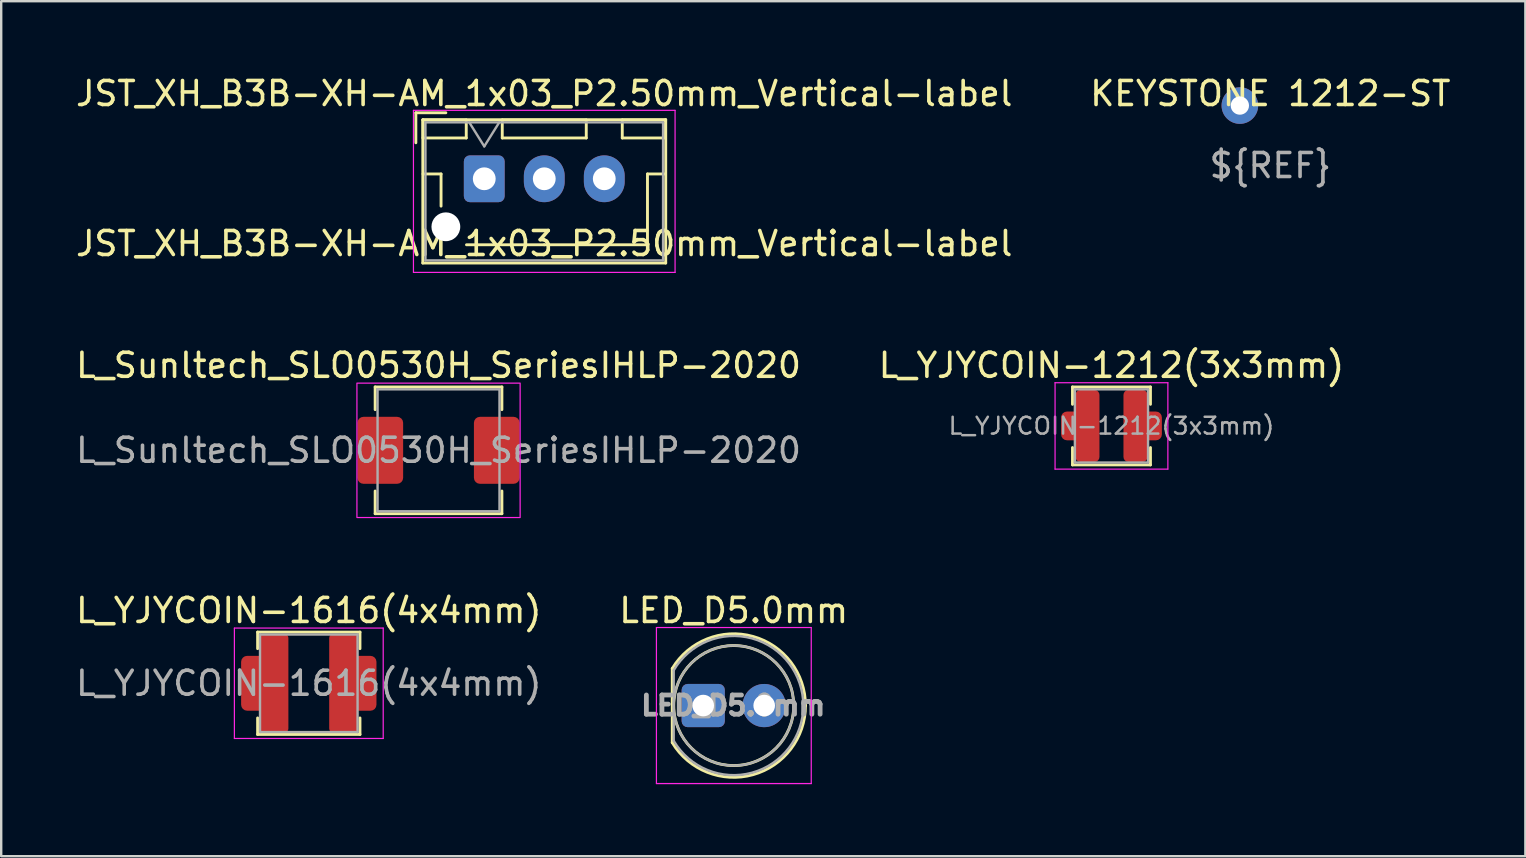
<source format=kicad_pcb>
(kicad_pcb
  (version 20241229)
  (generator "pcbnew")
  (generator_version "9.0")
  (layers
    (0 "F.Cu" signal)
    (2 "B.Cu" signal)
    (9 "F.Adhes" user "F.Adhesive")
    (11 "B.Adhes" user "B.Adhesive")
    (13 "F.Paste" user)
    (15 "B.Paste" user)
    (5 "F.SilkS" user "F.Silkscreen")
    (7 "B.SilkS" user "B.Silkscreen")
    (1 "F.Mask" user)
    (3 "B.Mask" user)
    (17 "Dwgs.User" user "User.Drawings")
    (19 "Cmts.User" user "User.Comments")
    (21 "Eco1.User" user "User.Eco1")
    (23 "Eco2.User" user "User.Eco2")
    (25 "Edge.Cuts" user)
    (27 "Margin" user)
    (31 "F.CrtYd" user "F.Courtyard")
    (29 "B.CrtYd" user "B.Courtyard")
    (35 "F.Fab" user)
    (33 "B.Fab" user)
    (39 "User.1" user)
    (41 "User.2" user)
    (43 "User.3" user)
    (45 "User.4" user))
  (footprint "L_Sunltech_SLO0530H_SeriesIHLP-2020"
    (layer "F.Cu")
    (at 15.22 15.711)
    (property "Reference" "L_Sunltech_SLO0530H_SeriesIHLP-2020" (at 0 -3.54 0) (layer "F.SilkS") (effects (font (size 1 1) (thickness 0.15))))
    (attr smd)
    (fp_line (start -2.64 -2.64) (end 2.64 -2.64) (stroke (width 0.12) (type solid)) (layer "F.SilkS"))
    (fp_line (start -2.64 -1.695) (end -2.64 -2.64) (stroke (width 0.12) (type solid)) (layer "F.SilkS"))
    (fp_line (start -2.64 1.695) (end -2.64 2.64) (stroke (width 0.12) (type solid)) (layer "F.SilkS"))
    (fp_line (start -2.64 2.64) (end 2.64 2.64) (stroke (width 0.12) (type solid)) (layer "F.SilkS"))
    (fp_line (start 2.64 -2.64) (end 2.64 -1.695) (stroke (width 0.12) (type solid)) (layer "F.SilkS"))
    (fp_line (start 2.64 2.64) (end 2.64 1.695) (stroke (width 0.12) (type solid)) (layer "F.SilkS"))
    (fp_rect (start -3.4 -2.8) (end 3.4 2.8) (stroke (width 0.05) (type default)) (fill no) (layer "F.CrtYd"))
    (fp_line (start -2.54 -2.54) (end -2.54 2.54) (stroke (width 0.1) (type solid)) (layer "F.Fab"))
    (fp_line (start -2.54 2.54) (end 2.54 2.54) (stroke (width 0.1) (type solid)) (layer "F.Fab"))
    (fp_line (start 2.54 -2.54) (end -2.54 -2.54) (stroke (width 0.1) (type solid)) (layer "F.Fab"))
    (fp_line (start 2.54 2.54) (end 2.54 -2.54) (stroke (width 0.1) (type solid)) (layer "F.Fab"))
    (fp_text user "${REFERENCE}" (at 0 0 0) (layer "F.Fab") (effects (font (size 1 1) (thickness 0.15))))
    (pad "1" smd roundrect (at -2.426 0) (size 1.903 2.79) (layers "F.Cu" "F.Mask" "F.Paste") (roundrect_rratio 0.131))
    (pad "2" smd roundrect (at 2.426 0) (size 1.903 2.79) (layers "F.Cu" "F.Mask" "F.Paste") (roundrect_rratio 0.131)))
  (footprint "L_YJYCOIN-1212(3x3mm)"
    (layer "F.Cu")
    (at 43.256 14.695)
    (property "Reference" "L_YJYCOIN-1212(3x3mm)" (at 0 -2.524 0) (layer "F.SilkS") (effects (font (size 1 1) (thickness 0.15))))
    (attr smd)
    (fp_line (start -1.624 -1.624) (end 1.624 -1.624) (stroke (width 0.12) (type solid)) (layer "F.SilkS"))
    (fp_line (start -1.624 -0.9) (end -1.624 -1.624) (stroke (width 0.12) (type solid)) (layer "F.SilkS"))
    (fp_line (start -1.624 0.9) (end -1.624 1.624) (stroke (width 0.12) (type solid)) (layer "F.SilkS"))
    (fp_line (start -1.624 1.624) (end 1.624 1.624) (stroke (width 0.12) (type solid)) (layer "F.SilkS"))
    (fp_line (start 1.624 -1.624) (end 1.624 -0.9) (stroke (width 0.12) (type solid)) (layer "F.SilkS"))
    (fp_line (start 1.624 1.624) (end 1.624 0.9) (stroke (width 0.12) (type solid)) (layer "F.SilkS"))
    (fp_line (start -2.35 -1.8) (end -2.35 1.8) (stroke (width 0.05) (type solid)) (layer "F.CrtYd"))
    (fp_line (start -2.35 1.8) (end 2.35 1.8) (stroke (width 0.05) (type solid)) (layer "F.CrtYd"))
    (fp_line (start 2.35 -1.8) (end -2.35 -1.8) (stroke (width 0.05) (type solid)) (layer "F.CrtYd"))
    (fp_line (start 2.35 1.8) (end 2.35 -1.8) (stroke (width 0.05) (type solid)) (layer "F.CrtYd"))
    (fp_line (start -1.524 -1.524) (end -1.524 1.524) (stroke (width 0.1) (type solid)) (layer "F.Fab"))
    (fp_line (start -1.524 1.524) (end 1.524 1.524) (stroke (width 0.1) (type solid)) (layer "F.Fab"))
    (fp_line (start 1.524 -1.524) (end -1.524 -1.524) (stroke (width 0.1) (type solid)) (layer "F.Fab"))
    (fp_line (start 1.524 1.524) (end 1.524 -1.524) (stroke (width 0.1) (type solid)) (layer "F.Fab"))
    (fp_text user "${REFERENCE}" (at 0 0 0) (layer "F.Fab") (effects (font (size 0.7 0.7) (thickness 0.105))))
    (pad "1" smd roundrect (at -1.35 0) (size 1.5 1.2) (layers "F.Cu" "F.Mask" "F.Paste") (roundrect_rratio 0.208))
    (pad "1" smd roundrect (at -1 0) (size 1 3) (layers "F.Cu" "F.Mask" "F.Paste") (roundrect_rratio 0.208))
    (pad "2" smd roundrect (at 1 0) (size 1 3) (layers "F.Cu" "F.Mask" "F.Paste") (roundrect_rratio 0.208))
    (pad "2" smd roundrect (at 1.35 0) (size 1.5 1.2) (layers "F.Cu" "F.Mask" "F.Paste") (roundrect_rratio 0.208)))
  (footprint "JST_XH_B3B-XH-AM_1x03_P2.50mm_Vertical-label"
    (layer "F.Cu")
    (at 17.125 4.398)
    (property "Reference" "JST_XH_B3B-XH-AM_1x03_P2.50mm_Vertical-label" (at 2.5 -3.55 0) (layer "F.SilkS") (effects (font (size 1 1) (thickness 0.15))))
    (attr through_hole)
    (fp_line (start -2.85 -2.75) (end -2.85 -1.5) (stroke (width 0.12) (type solid)) (layer "F.SilkS"))
    (fp_line (start -2.56 -2.46) (end -2.56 3.51) (stroke (width 0.12) (type solid)) (layer "F.SilkS"))
    (fp_line (start -2.56 3.51) (end 7.56 3.51) (stroke (width 0.12) (type solid)) (layer "F.SilkS"))
    (fp_line (start -2.55 -2.45) (end -2.55 -1.7) (stroke (width 0.12) (type solid)) (layer "F.SilkS"))
    (fp_line (start -2.55 -1.7) (end -0.75 -1.7) (stroke (width 0.12) (type solid)) (layer "F.SilkS"))
    (fp_line (start -2.55 -0.2) (end -1.8 -0.2) (stroke (width 0.12) (type solid)) (layer "F.SilkS"))
    (fp_line (start -1.8 -0.2) (end -1.8 1.14) (stroke (width 0.12) (type solid)) (layer "F.SilkS"))
    (fp_line (start -1.6 -2.75) (end -2.85 -2.75) (stroke (width 0.12) (type solid)) (layer "F.SilkS"))
    (fp_line (start -0.75 -2.45) (end -2.55 -2.45) (stroke (width 0.12) (type solid)) (layer "F.SilkS"))
    (fp_line (start -0.75 -1.7) (end -0.75 -2.45) (stroke (width 0.12) (type solid)) (layer "F.SilkS"))
    (fp_line (start 0.75 -2.45) (end 0.75 -1.7) (stroke (width 0.12) (type solid)) (layer "F.SilkS"))
    (fp_line (start 0.75 -1.7) (end 4.25 -1.7) (stroke (width 0.12) (type solid)) (layer "F.SilkS"))
    (fp_line (start 2.5 2.75) (end -0.74 2.75) (stroke (width 0.12) (type solid)) (layer "F.SilkS"))
    (fp_line (start 4.25 -2.45) (end 0.75 -2.45) (stroke (width 0.12) (type solid)) (layer "F.SilkS"))
    (fp_line (start 4.25 -1.7) (end 4.25 -2.45) (stroke (width 0.12) (type solid)) (layer "F.SilkS"))
    (fp_line (start 5.75 -2.45) (end 5.75 -1.7) (stroke (width 0.12) (type solid)) (layer "F.SilkS"))
    (fp_line (start 5.75 -1.7) (end 7.55 -1.7) (stroke (width 0.12) (type solid)) (layer "F.SilkS"))
    (fp_line (start 6.8 -0.2) (end 6.8 2.75) (stroke (width 0.12) (type solid)) (layer "F.SilkS"))
    (fp_line (start 6.8 2.75) (end 2.5 2.75) (stroke (width 0.12) (type solid)) (layer "F.SilkS"))
    (fp_line (start 7.55 -2.45) (end 5.75 -2.45) (stroke (width 0.12) (type solid)) (layer "F.SilkS"))
    (fp_line (start 7.55 -1.7) (end 7.55 -2.45) (stroke (width 0.12) (type solid)) (layer "F.SilkS"))
    (fp_line (start 7.55 -0.2) (end 6.8 -0.2) (stroke (width 0.12) (type solid)) (layer "F.SilkS"))
    (fp_line (start 7.56 -2.46) (end -2.56 -2.46) (stroke (width 0.12) (type solid)) (layer "F.SilkS"))
    (fp_line (start 7.56 3.51) (end 7.56 -2.46) (stroke (width 0.12) (type solid)) (layer "F.SilkS"))
    (fp_line (start -2.95 -2.85) (end -2.95 3.9) (stroke (width 0.05) (type solid)) (layer "F.CrtYd"))
    (fp_line (start -2.95 3.9) (end 7.95 3.9) (stroke (width 0.05) (type solid)) (layer "F.CrtYd"))
    (fp_line (start 7.95 -2.85) (end -2.95 -2.85) (stroke (width 0.05) (type solid)) (layer "F.CrtYd"))
    (fp_line (start 7.95 3.9) (end 7.95 -2.85) (stroke (width 0.05) (type solid)) (layer "F.CrtYd"))
    (fp_line (start -2.45 -2.35) (end -2.45 3.4) (stroke (width 0.1) (type solid)) (layer "F.Fab"))
    (fp_line (start -2.45 3.4) (end 7.45 3.4) (stroke (width 0.1) (type solid)) (layer "F.Fab"))
    (fp_line (start -0.625 -2.35) (end 0 -1.35) (stroke (width 0.1) (type solid)) (layer "F.Fab"))
    (fp_line (start 0 -1.35) (end 0.625 -2.35) (stroke (width 0.1) (type solid)) (layer "F.Fab"))
    (fp_line (start 7.45 -2.35) (end -2.45 -2.35) (stroke (width 0.1) (type solid)) (layer "F.Fab"))
    (fp_line (start 7.45 3.4) (end 7.45 -2.35) (stroke (width 0.1) (type solid)) (layer "F.Fab"))
    (fp_text user "${REFERENCE}" (at 2.5 2.7 0) (layer "F.SilkS") (effects (font (size 1 1) (thickness 0.15))))
    (pad "" np_thru_hole circle (at -1.6 2) (size 1.2 1.2) (drill 1.2) (layers "*.Cu" "*.Mask"))
    (pad "1" thru_hole roundrect (at 0 0) (size 1.7 1.95) (drill 0.95) (layers "*.Cu" "*.Mask") (roundrect_rratio 0.147))
    (pad "2" thru_hole oval (at 2.5 0) (size 1.7 1.95) (drill 0.95) (layers "*.Cu" "*.Mask"))
    (pad "3" thru_hole oval (at 5 0) (size 1.7 1.95) (drill 0.95) (layers "*.Cu" "*.Mask")))
  (footprint "LED_D5.0mm"
    (layer "F.Cu")
    (at 26.248 26.345)
    (property "Reference" "LED_D5.0mm" (at 1.27 -3.96 0) (layer "F.SilkS") (effects (font (size 1 1) (thickness 0.15))))
    (attr through_hole)
    (fp_line (start -1.29 -1.545) (end -1.29 1.545) (stroke (width 0.12) (type solid)) (layer "F.SilkS"))
    (fp_arc (start -1.29 -1.54483) (mid 2.072002 -2.880433) (end 4.26 0.000462) (stroke (width 0.12) (type solid)) (layer "F.SilkS"))
    (fp_arc (start 4.26 -0.000462) (mid 2.072002 2.880433) (end -1.29 1.54483) (stroke (width 0.12) (type solid)) (layer "F.SilkS"))
    (fp_circle (center 1.27 0) (end 3.77 0) (stroke (width 0.12) (type solid)) (fill no) (layer "F.SilkS"))
    (fp_line (start -1.95 -3.25) (end -1.95 3.25) (stroke (width 0.05) (type solid)) (layer "F.CrtYd"))
    (fp_line (start -1.95 3.25) (end 4.5 3.25) (stroke (width 0.05) (type solid)) (layer "F.CrtYd"))
    (fp_line (start 4.5 -3.25) (end -1.95 -3.25) (stroke (width 0.05) (type solid)) (layer "F.CrtYd"))
    (fp_line (start 4.5 3.25) (end 4.5 -3.25) (stroke (width 0.05) (type solid)) (layer "F.CrtYd"))
    (fp_line (start -1.23 -1.47) (end -1.23 1.47) (stroke (width 0.1) (type solid)) (layer "F.Fab"))
    (fp_arc (start -1.23 -1.469694) (mid 4.17 0.000016) (end -1.230016 1.469666) (stroke (width 0.1) (type solid)) (layer "F.Fab"))
    (fp_circle (center 1.27 0) (end 3.77 0) (stroke (width 0.1) (type solid)) (fill no) (layer "F.Fab"))
    (fp_text user "${REFERENCE}" (at 1.25 0 0) (layer "F.Fab") (effects (font (size 0.8 0.8) (thickness 0.2))))
    (pad "1" thru_hole roundrect (at 0 0) (size 1.8 1.8) (drill 0.9) (layers "*.Cu" "*.Mask") (roundrect_rratio 0.139))
    (pad "2" thru_hole circle (at 2.54 0) (size 1.8 1.8) (drill 0.9) (layers "*.Cu" "*.Mask")))
  (footprint "KEYSTONE 1212-ST"
    (layer "F.Cu")
    (at 49.875 1.348)
    (property "Reference" "KEYSTONE 1212-ST" (at 0 -0.5 0) (unlocked yes) (layer "F.SilkS") (effects (font (size 1 1) (thickness 0.15))))
    (attr through_hole)
    (fp_text user "${REF}" (at 0 2.5 0) (unlocked yes) (layer "F.Fab") (effects (font (size 1 1) (thickness 0.15))))
    (pad "1" thru_hole circle (at -1.27 0) (size 1.524 1.524) (drill 0.762) (layers "*.Cu" "*.Mask")))
  (footprint "L_YJYCOIN-1616(4x4mm)"
    (layer "F.Cu")
    (at 9.815 25.417)
    (property "Reference" "L_YJYCOIN-1616(4x4mm)" (at 0 -3.032 0) (layer "F.SilkS") (effects (font (size 1 1) (thickness 0.15))))
    (attr smd)
    (fp_line (start -2.132 -2.132) (end 2.132 -2.132) (stroke (width 0.12) (type solid)) (layer "F.SilkS"))
    (fp_line (start -2.132 -1.443) (end -2.132 -2.132) (stroke (width 0.12) (type solid)) (layer "F.SilkS"))
    (fp_line (start -2.132 1.443) (end -2.132 2.132) (stroke (width 0.12) (type solid)) (layer "F.SilkS"))
    (fp_line (start -2.132 2.132) (end 2.132 2.132) (stroke (width 0.12) (type solid)) (layer "F.SilkS"))
    (fp_line (start 2.132 -2.132) (end 2.132 -1.443) (stroke (width 0.12) (type solid)) (layer "F.SilkS"))
    (fp_line (start 2.132 2.132) (end 2.132 1.443) (stroke (width 0.12) (type solid)) (layer "F.SilkS"))
    (fp_line (start -3.1 -2.3) (end -3.1 2.3) (stroke (width 0.05) (type solid)) (layer "F.CrtYd"))
    (fp_line (start -3.1 2.3) (end 3.1 2.3) (stroke (width 0.05) (type solid)) (layer "F.CrtYd"))
    (fp_line (start 3.1 -2.3) (end -3.1 -2.3) (stroke (width 0.05) (type solid)) (layer "F.CrtYd"))
    (fp_line (start 3.1 2.3) (end 3.1 -2.3) (stroke (width 0.05) (type solid)) (layer "F.CrtYd"))
    (fp_line (start -2.032 -2.032) (end -2.032 2.032) (stroke (width 0.1) (type solid)) (layer "F.Fab"))
    (fp_line (start -2.032 2.032) (end 2.032 2.032) (stroke (width 0.1) (type solid)) (layer "F.Fab"))
    (fp_line (start 2.032 -2.032) (end -2.032 -2.032) (stroke (width 0.1) (type solid)) (layer "F.Fab"))
    (fp_line (start 2.032 2.032) (end 2.032 -2.032) (stroke (width 0.1) (type solid)) (layer "F.Fab"))
    (fp_text user "${REFERENCE}" (at 0 0 0) (layer "F.Fab") (effects (font (size 1 1) (thickness 0.15))))
    (pad "1" smd roundrect (at -1.892 0) (size 1.855 2.286) (layers "F.Cu" "F.Mask" "F.Paste") (roundrect_rratio 0.135))
    (pad "1" smd roundrect (at -1.45 0) (size 1.2 4.1) (layers "F.Cu" "F.Mask" "F.Paste") (roundrect_rratio 0.135))
    (pad "2" smd roundrect (at 1.45 0) (size 1.2 4.1) (layers "F.Cu" "F.Mask" "F.Paste") (roundrect_rratio 0.135))
    (pad "2" smd roundrect (at 1.892 0) (size 1.855 2.286) (layers "F.Cu" "F.Mask" "F.Paste") (roundrect_rratio 0.135)))
  (gr_rect
    (start -3 -3)
    (end 60.5 32.62)
    (stroke (width 0.1) (type default))
    (fill no)
    (layer "Edge.Cuts")))
</source>
